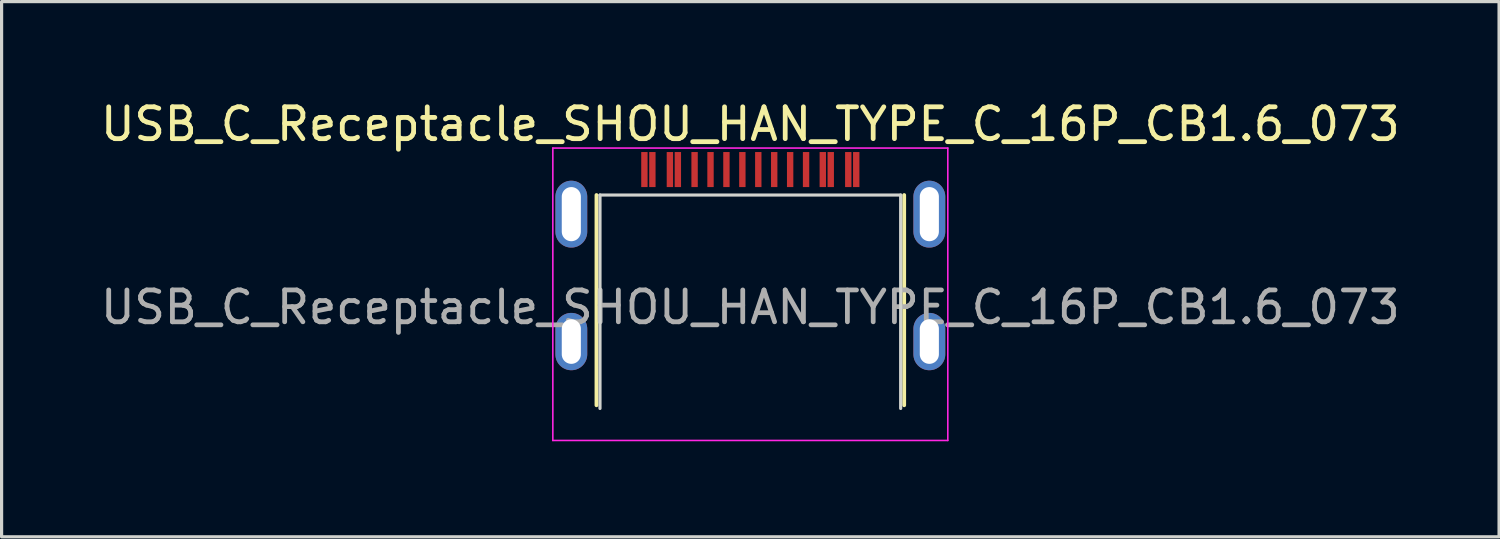
<source format=kicad_pcb>
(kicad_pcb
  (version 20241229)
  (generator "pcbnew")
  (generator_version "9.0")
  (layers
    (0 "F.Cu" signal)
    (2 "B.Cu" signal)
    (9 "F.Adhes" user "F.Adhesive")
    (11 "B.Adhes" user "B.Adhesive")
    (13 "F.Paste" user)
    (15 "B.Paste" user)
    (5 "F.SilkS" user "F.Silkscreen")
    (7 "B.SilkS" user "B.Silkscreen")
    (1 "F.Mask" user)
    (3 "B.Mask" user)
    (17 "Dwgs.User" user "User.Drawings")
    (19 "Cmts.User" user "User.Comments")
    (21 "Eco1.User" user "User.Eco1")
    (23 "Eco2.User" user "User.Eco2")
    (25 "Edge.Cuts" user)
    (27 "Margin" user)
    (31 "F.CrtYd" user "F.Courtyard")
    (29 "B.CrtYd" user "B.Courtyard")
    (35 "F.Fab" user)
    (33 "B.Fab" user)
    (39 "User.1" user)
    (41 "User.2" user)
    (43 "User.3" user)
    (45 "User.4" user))
  (footprint "USB_C_Receptacle_SHOU_HAN_TYPE_C_16P_CB1.6_073"
    (layer "F.Cu")
    (at 20.506 7.673)
    (property "Reference" "USB_C_Receptacle_SHOU_HAN_TYPE_C_16P_CB1.6_073" (at 0 -6.825 0) (layer "F.SilkS") (effects (font (size 1 1) (thickness 0.15))))
    (attr smd)
    (fp_line (start -4.83 2) (end -4.83 -4.6) (stroke (width 0.12) (type solid)) (layer "F.SilkS"))
    (fp_line (start 4.83 2) (end 4.83 -4.6) (stroke (width 0.12) (type solid)) (layer "F.SilkS"))
    (fp_line (start -4.72 -4.6) (end -4.72 2.1) (stroke (width 0.1) (type solid)) (layer "Edge.Cuts"))
    (fp_line (start -4.72 -4.6) (end 4.72 -4.6) (stroke (width 0.1) (type solid)) (layer "Edge.Cuts"))
    (fp_line (start 4.72 2.1) (end 4.72 -4.6) (stroke (width 0.1) (type solid)) (layer "Edge.Cuts"))
    (fp_line (start -6.2 -6.075) (end 6.2 -6.075) (stroke (width 0.05) (type solid)) (layer "F.CrtYd"))
    (fp_line (start -6.2 3.105) (end -6.2 -6.075) (stroke (width 0.05) (type solid)) (layer "F.CrtYd"))
    (fp_line (start 6.2 -6.075) (end 6.2 3.105) (stroke (width 0.05) (type solid)) (layer "F.CrtYd"))
    (fp_line (start 6.2 3.105) (end -6.2 3.105) (stroke (width 0.05) (type solid)) (layer "F.CrtYd"))
    (fp_text user "${REFERENCE}" (at 0 -1.075 0) (layer "F.Fab") (effects (font (size 1 1) (thickness 0.15))))
    (pad "A1" smd rect (at -3.325 -5.4) (size 0.2 1.1) (layers "F.Cu" "F.Mask" "F.Paste"))
    (pad "A4" smd rect (at -2.525 -5.4) (size 0.2 1.1) (layers "F.Cu" "F.Mask" "F.Paste"))
    (pad "A5" smd rect (at -1.25 -5.4) (size 0.2 1.1) (layers "F.Cu" "F.Mask" "F.Paste"))
    (pad "A6" smd rect (at -0.25 -5.4) (size 0.2 1.1) (layers "F.Cu" "F.Mask" "F.Paste"))
    (pad "A7" smd rect (at 0.25 -5.4) (size 0.2 1.1) (layers "F.Cu" "F.Mask" "F.Paste"))
    (pad "A8" smd rect (at 1.25 -5.4) (size 0.2 1.1) (layers "F.Cu" "F.Mask" "F.Paste"))
    (pad "A9" smd rect (at 2.525 -5.4) (size 0.2 1.1) (layers "F.Cu" "F.Mask" "F.Paste"))
    (pad "A12" smd rect (at 3.325 -5.4) (size 0.2 1.1) (layers "F.Cu" "F.Mask" "F.Paste"))
    (pad "B1" smd rect (at 3.075 -5.4) (size 0.2 1.1) (layers "F.Cu" "F.Mask" "F.Paste"))
    (pad "B4" smd rect (at 2.275 -5.4) (size 0.2 1.1) (layers "F.Cu" "F.Mask" "F.Paste"))
    (pad "B5" smd rect (at 1.75 -5.4) (size 0.2 1.1) (layers "F.Cu" "F.Mask" "F.Paste"))
    (pad "B6" smd rect (at 0.75 -5.4) (size 0.2 1.1) (layers "F.Cu" "F.Mask" "F.Paste"))
    (pad "B7" smd rect (at -0.75 -5.4) (size 0.2 1.1) (layers "F.Cu" "F.Mask" "F.Paste"))
    (pad "B8" smd rect (at -1.75 -5.4) (size 0.2 1.1) (layers "F.Cu" "F.Mask" "F.Paste"))
    (pad "B9" smd rect (at -2.275 -5.4) (size 0.2 1.1) (layers "F.Cu" "F.Mask" "F.Paste"))
    (pad "B12" smd rect (at -3.075 -5.4) (size 0.2 1.1) (layers "F.Cu" "F.Mask" "F.Paste"))
    (pad "S1" thru_hole oval (at -5.62 -4) (size 1 2.1) (drill oval 0.6 1.7) (layers "*.Cu" "*.Mask"))
    (pad "S1" thru_hole oval (at -5.62 0) (size 1 1.8) (drill oval 0.6 1.4) (layers "*.Cu" "*.Mask"))
    (pad "S1" thru_hole oval (at 5.62 -4) (size 1 2.1) (drill oval 0.6 1.7) (layers "*.Cu" "*.Mask"))
    (pad "S1" thru_hole oval (at 5.62 0) (size 1 1.8) (drill oval 0.6 1.4) (layers "*.Cu" "*.Mask")))
  (gr_rect
    (start -3 -3)
    (end 44.012 13.803)
    (stroke (width 0.1) (type default))
    (fill no)
    (layer "Edge.Cuts")))
</source>
